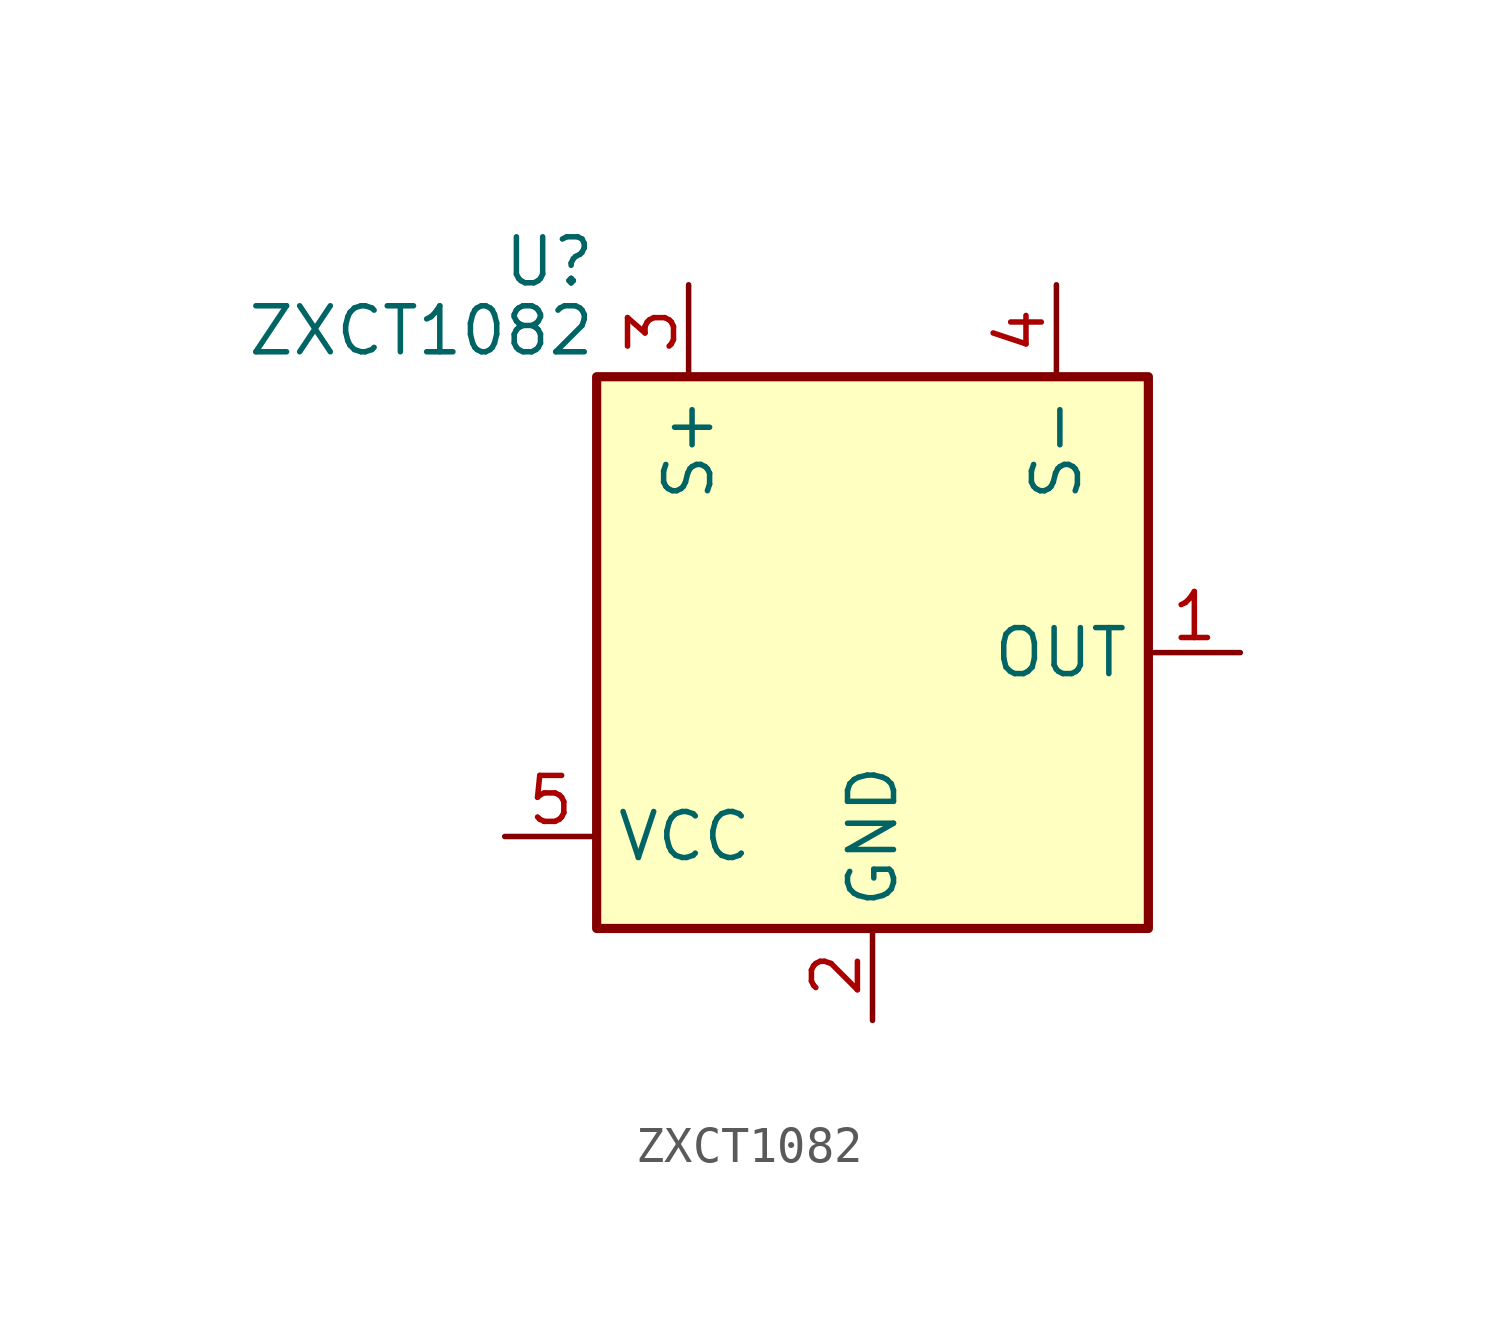
<source format=kicad_sym>
(kicad_symbol_lib
  (version 20231120)
  (generator "kicad_symbol_editor")
  (generator_version "8.0")
  (symbol "ZXCT1082"
    (property "Reference" "U"
      (at -7.62 10.795 0)
      (effects (font (size 1.27 1.27)) (justify right)))
    (property "Value" "ZXCT1082"
      (at -7.62 8.89 0)
      (effects (font (size 1.27 1.27)) (justify right)))
    (symbol "ZXCT1082_0_1"
      (rectangle (start -7.62 7.62) (end 7.62 -7.62) (stroke (width 0.254) (type default)) (fill (type background))))
    (symbol "ZXCT1082_1_1"
      (pin passive line (at 10.16 0 180) (length 2.54) (name "OUT" (effects (font (size 1.27 1.27)))) (number "1" (effects (font (size 1.27 1.27)))))
      (pin passive line (at 0 -10.16 90) (length 2.54) (name "GND" (effects (font (size 1.27 1.27)))) (number "2" (effects (font (size 1.27 1.27)))))
      (pin passive line (at -5.08 10.16 270) (length 2.54) (name "S+" (effects (font (size 1.27 1.27)))) (number "3" (effects (font (size 1.27 1.27)))))
      (pin passive line (at 5.08 10.16 270) (length 2.54) (name "S-" (effects (font (size 1.27 1.27)))) (number "4" (effects (font (size 1.27 1.27)))))
      (pin passive line (at -10.16 -5.08 0) (length 2.54) (name "VCC" (effects (font (size 1.27 1.27)))) (number "5" (effects (font (size 1.27 1.27))))))))
</source>
